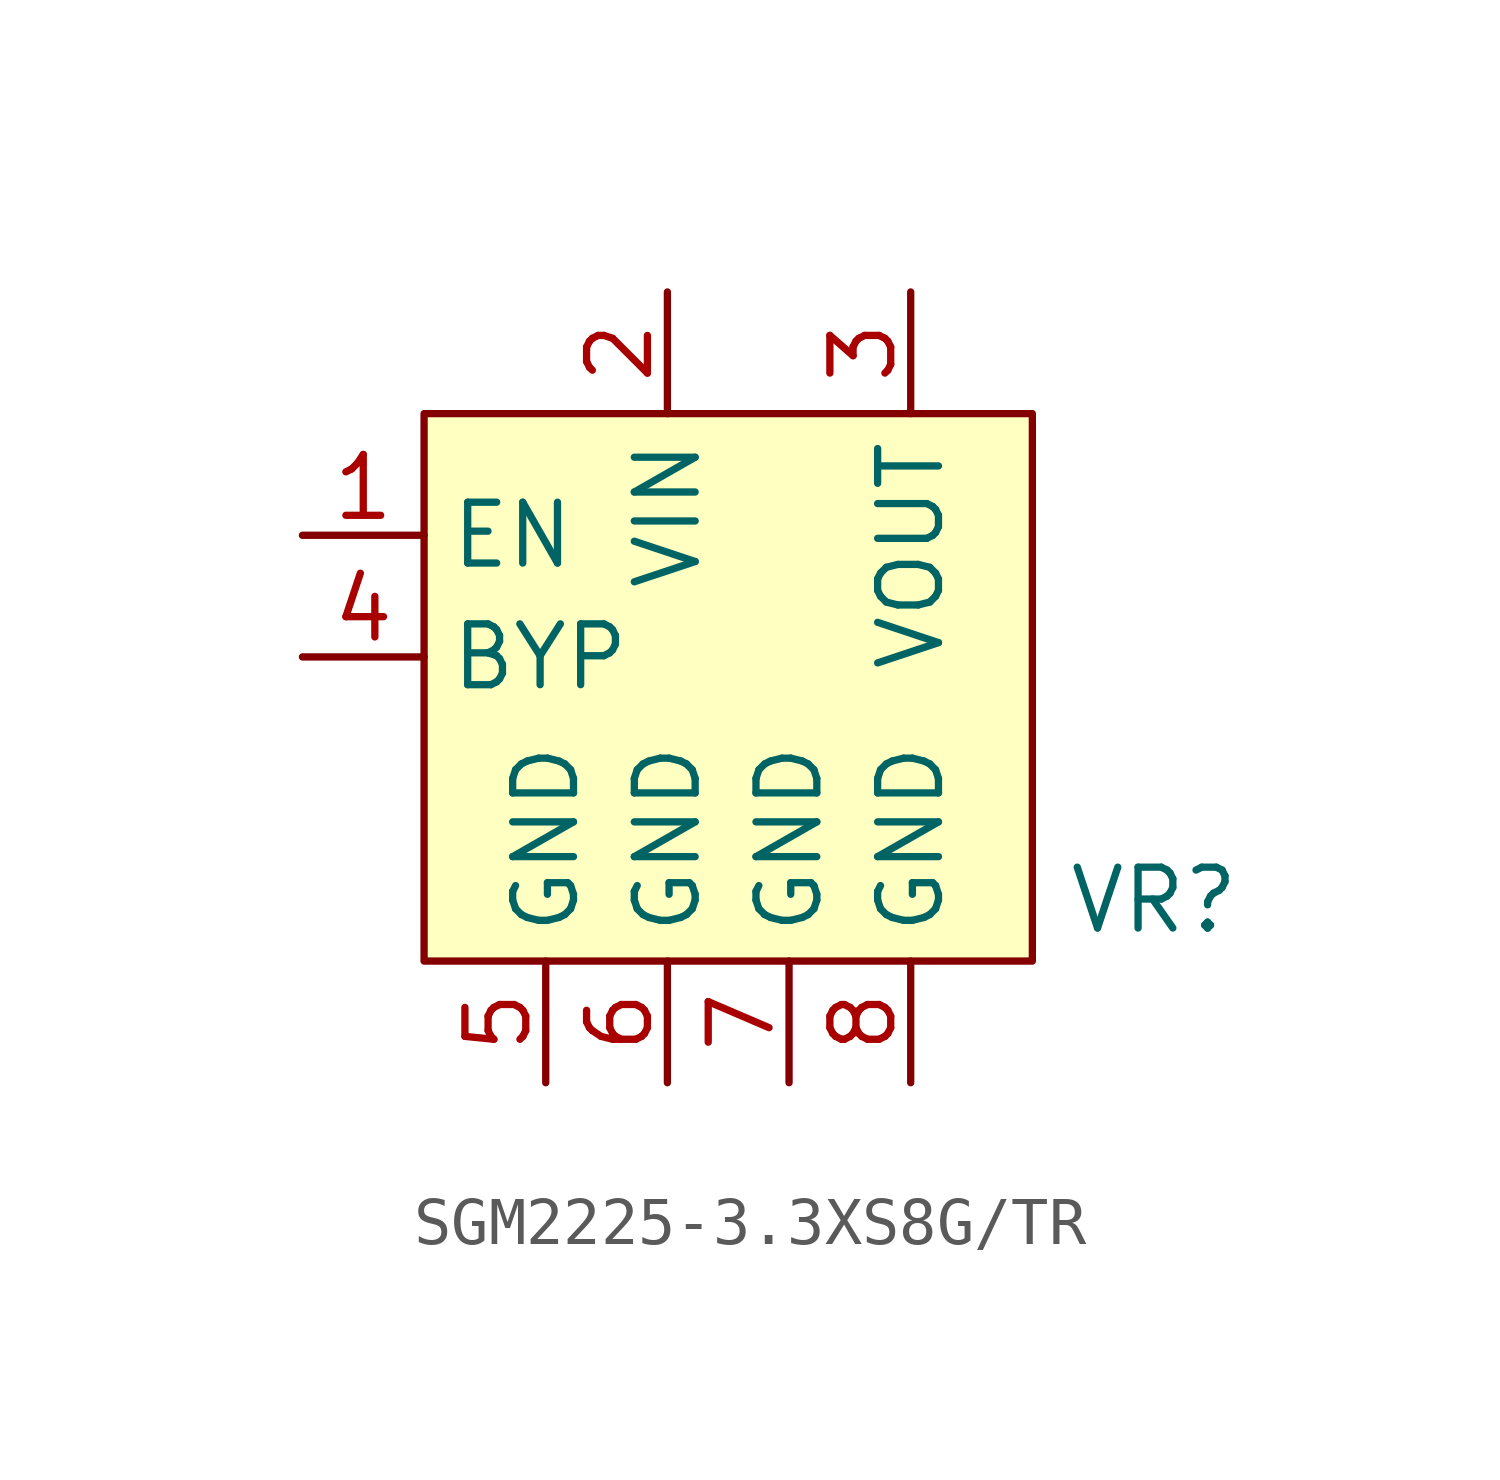
<source format=kicad_sym>
(kicad_symbol_lib
  (version 20220914)
  (generator kicad_symbol_editor)
  (symbol "SGM2225-3.3XS8G/TR"
    (property "Reference" "VR"
      (at 8.89 -10.16 0)
      (effects (font (size 1.27 1.27))))
    (property "Value" ""
      (at 0 0 0)
      (effects (font (size 1.27 1.27))))
    (symbol "SGM2225-3.3XS8G/TR_1_1"
      (rectangle (start -6.35 0) (end 6.35 -11.43) (stroke (width 0) (type default)) (fill (type background)))
      (pin input line (at -8.89 -2.54 0) (length 2.54) (name "EN" (effects (font (size 1.27 1.27)))) (number "1" (effects (font (size 1.27 1.27)))))
      (pin power_in line (at -1.27 2.54 270) (length 2.54) (name "VIN" (effects (font (size 1.27 1.27)))) (number "2" (effects (font (size 1.27 1.27)))))
      (pin power_out line (at 3.81 2.54 270) (length 2.54) (name "VOUT" (effects (font (size 1.27 1.27)))) (number "3" (effects (font (size 1.27 1.27)))))
      (pin input line (at -8.89 -5.08 0) (length 2.54) (name "BYP" (effects (font (size 1.27 1.27)))) (number "4" (effects (font (size 1.27 1.27)))))
      (pin power_in line (at -3.81 -13.97 90) (length 2.54) (name "GND" (effects (font (size 1.27 1.27)))) (number "5" (effects (font (size 1.27 1.27)))))
      (pin power_in line (at -1.27 -13.97 90) (length 2.54) (name "GND" (effects (font (size 1.27 1.27)))) (number "6" (effects (font (size 1.27 1.27)))))
      (pin power_in line (at 1.27 -13.97 90) (length 2.54) (name "GND" (effects (font (size 1.27 1.27)))) (number "7" (effects (font (size 1.27 1.27)))))
      (pin power_in line (at 3.81 -13.97 90) (length 2.54) (name "GND" (effects (font (size 1.27 1.27)))) (number "8" (effects (font (size 1.27 1.27))))))))
</source>
